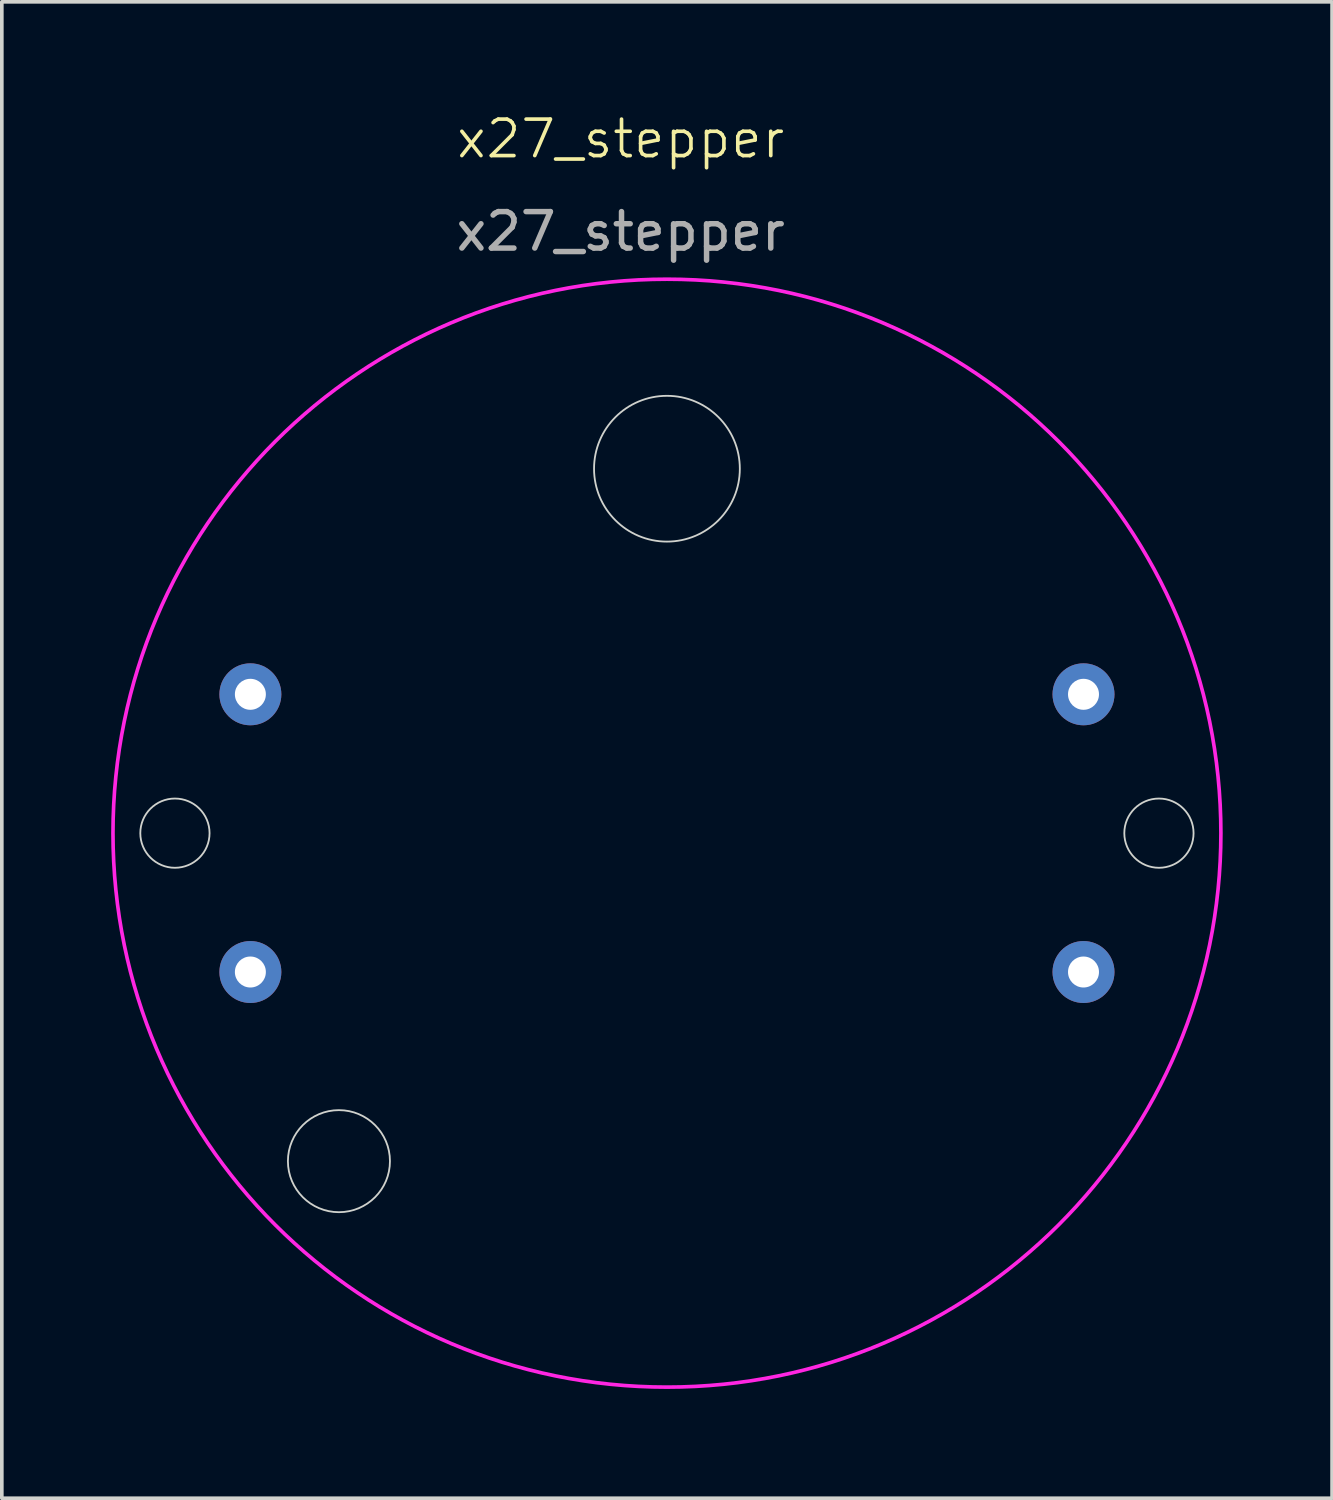
<source format=kicad_pcb>
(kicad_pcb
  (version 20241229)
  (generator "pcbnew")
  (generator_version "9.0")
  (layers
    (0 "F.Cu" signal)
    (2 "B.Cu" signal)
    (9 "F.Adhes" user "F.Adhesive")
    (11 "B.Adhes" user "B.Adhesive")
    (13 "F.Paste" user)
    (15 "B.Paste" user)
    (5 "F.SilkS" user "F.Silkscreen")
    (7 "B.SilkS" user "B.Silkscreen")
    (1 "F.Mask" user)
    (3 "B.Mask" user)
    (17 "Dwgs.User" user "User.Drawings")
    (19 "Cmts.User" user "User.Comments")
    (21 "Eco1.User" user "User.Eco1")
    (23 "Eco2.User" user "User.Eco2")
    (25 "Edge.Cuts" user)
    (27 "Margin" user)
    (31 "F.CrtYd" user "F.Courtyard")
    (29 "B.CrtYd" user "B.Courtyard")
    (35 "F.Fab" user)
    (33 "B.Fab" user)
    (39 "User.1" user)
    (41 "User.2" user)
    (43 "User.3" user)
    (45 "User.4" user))
  (footprint "x27_stepper"
    (layer "F.Cu")
    (at 17.79 29.971)
    (property "Reference" "x27_stepper" (at -3.81 -29.21 0) (unlocked yes) (layer "F.SilkS") (effects (font (size 1 1) (thickness 0.1))))
    (attr smd)
    (fp_circle (center -16.04 -10.16) (end -15.09 -10.16) (stroke (width 0.05) (type default)) (fill no) (layer "Edge.Cuts"))
    (fp_circle (center -11.54 -1.16) (end -10.14 -1.16) (stroke (width 0.05) (type default)) (fill no) (layer "Edge.Cuts"))
    (fp_circle (center -2.54 -20.16) (end -0.54 -20.16) (stroke (width 0.05) (type default)) (fill no) (layer "Edge.Cuts"))
    (fp_circle (center 10.96 -10.16) (end 11.91 -10.16) (stroke (width 0.05) (type default)) (fill no) (layer "Edge.Cuts"))
    (fp_circle (center -2.54 -10.16) (end 12.66 -10.16) (stroke (width 0.1) (type default)) (fill no) (layer "F.CrtYd"))
    (fp_text user "${REFERENCE}" (at -3.81 -26.67 0) (unlocked yes) (layer "F.Fab") (effects (font (size 1 1) (thickness 0.15))))
    (pad "1" thru_hole circle (at 8.89 -13.97) (size 1.7 1.7) (drill 0.85) (layers "*.Cu" "*.Mask"))
    (pad "2" thru_hole circle (at 8.89 -6.35) (size 1.7 1.7) (drill 0.85) (layers "*.Cu" "*.Mask"))
    (pad "3" thru_hole circle (at -13.97 -6.35) (size 1.7 1.7) (drill 0.85) (layers "*.Cu" "*.Mask"))
    (pad "4" thru_hole circle (at -13.97 -13.97) (size 1.7 1.7) (drill 0.85) (layers "*.Cu" "*.Mask")))
  (gr_rect
    (start -3 -3)
    (end 33.5 38.06)
    (stroke (width 0.1) (type default))
    (fill no)
    (layer "Edge.Cuts")))
</source>
